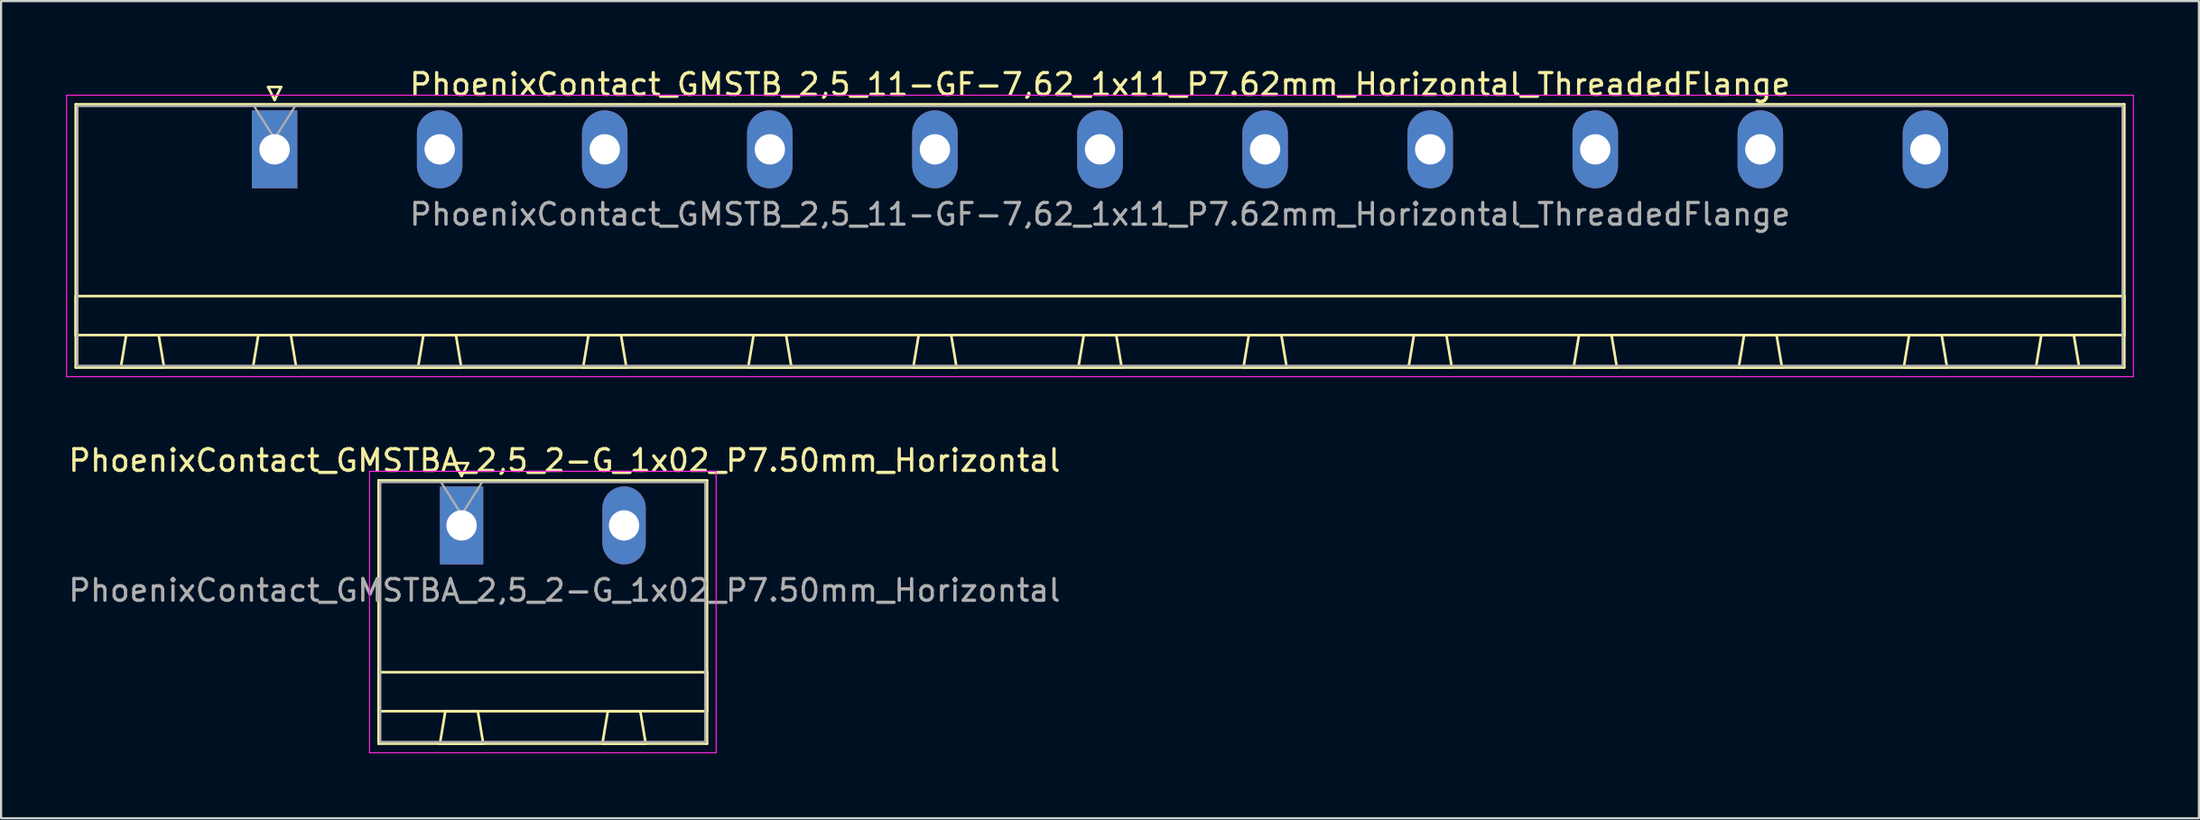
<source format=kicad_pcb>
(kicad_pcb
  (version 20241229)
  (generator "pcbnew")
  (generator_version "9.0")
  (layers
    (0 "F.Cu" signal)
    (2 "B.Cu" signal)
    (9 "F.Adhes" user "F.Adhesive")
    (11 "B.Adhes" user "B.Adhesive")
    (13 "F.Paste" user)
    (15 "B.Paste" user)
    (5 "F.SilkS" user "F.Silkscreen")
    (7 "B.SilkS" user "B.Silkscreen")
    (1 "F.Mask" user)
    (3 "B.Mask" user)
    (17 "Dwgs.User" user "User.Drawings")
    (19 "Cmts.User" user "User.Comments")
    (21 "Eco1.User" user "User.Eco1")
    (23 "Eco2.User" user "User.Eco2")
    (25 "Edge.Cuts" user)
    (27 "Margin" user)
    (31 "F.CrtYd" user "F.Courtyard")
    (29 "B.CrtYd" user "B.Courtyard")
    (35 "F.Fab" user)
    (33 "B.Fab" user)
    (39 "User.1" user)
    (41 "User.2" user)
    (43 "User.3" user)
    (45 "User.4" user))
  (footprint "PhoenixContact_GMSTBA_2,5_2-G_1x02_P7.50mm_Horizontal"
    (layer "F.Cu")
    (at 18.256 21.221)
    (property "Reference" "PhoenixContact_GMSTBA_2,5_2-G_1x02_P7.50mm_Horizontal" (at 4.75 -3 0) (layer "F.SilkS") (effects (font (size 1 1) (thickness 0.15))))
    (attr through_hole)
    (fp_line (start -3.83 -2.08) (end -3.83 10.08) (stroke (width 0.12) (type solid)) (layer "F.SilkS"))
    (fp_line (start -3.83 6.78) (end 11.33 6.78) (stroke (width 0.12) (type solid)) (layer "F.SilkS"))
    (fp_line (start -3.83 8.58) (end -3.83 6.78) (stroke (width 0.12) (type solid)) (layer "F.SilkS"))
    (fp_line (start -3.83 10.08) (end 11.33 10.08) (stroke (width 0.12) (type solid)) (layer "F.SilkS"))
    (fp_line (start -1 10.08) (end 1 10.08) (stroke (width 0.12) (type solid)) (layer "F.SilkS"))
    (fp_line (start -0.75 8.58) (end -1 10.08) (stroke (width 0.12) (type solid)) (layer "F.SilkS"))
    (fp_line (start -0.3 -2.88) (end 0.3 -2.88) (stroke (width 0.12) (type solid)) (layer "F.SilkS"))
    (fp_line (start 0 -2.28) (end -0.3 -2.88) (stroke (width 0.12) (type solid)) (layer "F.SilkS"))
    (fp_line (start 0.3 -2.88) (end 0 -2.28) (stroke (width 0.12) (type solid)) (layer "F.SilkS"))
    (fp_line (start 0.75 8.58) (end -0.75 8.58) (stroke (width 0.12) (type solid)) (layer "F.SilkS"))
    (fp_line (start 1 10.08) (end 0.75 8.58) (stroke (width 0.12) (type solid)) (layer "F.SilkS"))
    (fp_line (start 6.5 10.08) (end 8.5 10.08) (stroke (width 0.12) (type solid)) (layer "F.SilkS"))
    (fp_line (start 6.75 8.58) (end 6.5 10.08) (stroke (width 0.12) (type solid)) (layer "F.SilkS"))
    (fp_line (start 8.25 8.58) (end 6.75 8.58) (stroke (width 0.12) (type solid)) (layer "F.SilkS"))
    (fp_line (start 8.5 10.08) (end 8.25 8.58) (stroke (width 0.12) (type solid)) (layer "F.SilkS"))
    (fp_line (start 11.33 -2.08) (end -3.83 -2.08) (stroke (width 0.12) (type solid)) (layer "F.SilkS"))
    (fp_line (start 11.33 6.78) (end 11.33 8.58) (stroke (width 0.12) (type solid)) (layer "F.SilkS"))
    (fp_line (start 11.33 8.58) (end -3.83 8.58) (stroke (width 0.12) (type solid)) (layer "F.SilkS"))
    (fp_line (start 11.33 10.08) (end 11.33 -2.08) (stroke (width 0.12) (type solid)) (layer "F.SilkS"))
    (fp_line (start -4.25 -2.5) (end -4.25 10.5) (stroke (width 0.05) (type solid)) (layer "F.CrtYd"))
    (fp_line (start -4.25 10.5) (end 11.75 10.5) (stroke (width 0.05) (type solid)) (layer "F.CrtYd"))
    (fp_line (start 11.75 -2.5) (end -4.25 -2.5) (stroke (width 0.05) (type solid)) (layer "F.CrtYd"))
    (fp_line (start 11.75 10.5) (end 11.75 -2.5) (stroke (width 0.05) (type solid)) (layer "F.CrtYd"))
    (fp_line (start -3.75 -2) (end -3.75 10) (stroke (width 0.1) (type solid)) (layer "F.Fab"))
    (fp_line (start -3.75 10) (end 11.25 10) (stroke (width 0.1) (type solid)) (layer "F.Fab"))
    (fp_line (start 0 -0.5) (end -0.95 -2) (stroke (width 0.1) (type solid)) (layer "F.Fab"))
    (fp_line (start 0.95 -2) (end 0 -0.5) (stroke (width 0.1) (type solid)) (layer "F.Fab"))
    (fp_line (start 11.25 -2) (end -3.75 -2) (stroke (width 0.1) (type solid)) (layer "F.Fab"))
    (fp_line (start 11.25 10) (end 11.25 -2) (stroke (width 0.1) (type solid)) (layer "F.Fab"))
    (fp_text user "${REFERENCE}" (at 4.75 3 0) (layer "F.Fab") (effects (font (size 1 1) (thickness 0.15))))
    (pad "1" thru_hole rect (at 0 0) (size 2 3.6) (drill 1.4) (layers "*.Cu" "*.Mask"))
    (pad "2" thru_hole oval (at 7.5 0) (size 2 3.6) (drill 1.4) (layers "*.Cu" "*.Mask")))
  (footprint "PhoenixContact_GMSTB_2,5_11-GF-7,62_1x11_P7.62mm_Horizontal_ThreadedFlange"
    (layer "F.Cu")
    (at 9.625 3.848)
    (property "Reference" "PhoenixContact_GMSTB_2,5_11-GF-7,62_1x11_P7.62mm_Horizontal_ThreadedFlange" (at 38.1 -3 0) (layer "F.SilkS") (effects (font (size 1 1) (thickness 0.15))))
    (attr through_hole)
    (fp_line (start -9.18 -2.08) (end -9.18 10.08) (stroke (width 0.12) (type solid)) (layer "F.SilkS"))
    (fp_line (start -9.18 6.78) (end 85.38 6.78) (stroke (width 0.12) (type solid)) (layer "F.SilkS"))
    (fp_line (start -9.18 8.58) (end -9.18 6.78) (stroke (width 0.12) (type solid)) (layer "F.SilkS"))
    (fp_line (start -9.18 10.08) (end 85.38 10.08) (stroke (width 0.12) (type solid)) (layer "F.SilkS"))
    (fp_line (start -7.1 10.08) (end -5.1 10.08) (stroke (width 0.12) (type solid)) (layer "F.SilkS"))
    (fp_line (start -6.85 8.58) (end -7.1 10.08) (stroke (width 0.12) (type solid)) (layer "F.SilkS"))
    (fp_line (start -5.35 8.58) (end -6.85 8.58) (stroke (width 0.12) (type solid)) (layer "F.SilkS"))
    (fp_line (start -5.1 10.08) (end -5.35 8.58) (stroke (width 0.12) (type solid)) (layer "F.SilkS"))
    (fp_line (start -1 10.08) (end 1 10.08) (stroke (width 0.12) (type solid)) (layer "F.SilkS"))
    (fp_line (start -0.75 8.58) (end -1 10.08) (stroke (width 0.12) (type solid)) (layer "F.SilkS"))
    (fp_line (start -0.3 -2.88) (end 0.3 -2.88) (stroke (width 0.12) (type solid)) (layer "F.SilkS"))
    (fp_line (start 0 -2.28) (end -0.3 -2.88) (stroke (width 0.12) (type solid)) (layer "F.SilkS"))
    (fp_line (start 0.3 -2.88) (end 0 -2.28) (stroke (width 0.12) (type solid)) (layer "F.SilkS"))
    (fp_line (start 0.75 8.58) (end -0.75 8.58) (stroke (width 0.12) (type solid)) (layer "F.SilkS"))
    (fp_line (start 1 10.08) (end 0.75 8.58) (stroke (width 0.12) (type solid)) (layer "F.SilkS"))
    (fp_line (start 6.62 10.08) (end 8.62 10.08) (stroke (width 0.12) (type solid)) (layer "F.SilkS"))
    (fp_line (start 6.87 8.58) (end 6.62 10.08) (stroke (width 0.12) (type solid)) (layer "F.SilkS"))
    (fp_line (start 8.37 8.58) (end 6.87 8.58) (stroke (width 0.12) (type solid)) (layer "F.SilkS"))
    (fp_line (start 8.62 10.08) (end 8.37 8.58) (stroke (width 0.12) (type solid)) (layer "F.SilkS"))
    (fp_line (start 14.24 10.08) (end 16.24 10.08) (stroke (width 0.12) (type solid)) (layer "F.SilkS"))
    (fp_line (start 14.49 8.58) (end 14.24 10.08) (stroke (width 0.12) (type solid)) (layer "F.SilkS"))
    (fp_line (start 15.99 8.58) (end 14.49 8.58) (stroke (width 0.12) (type solid)) (layer "F.SilkS"))
    (fp_line (start 16.24 10.08) (end 15.99 8.58) (stroke (width 0.12) (type solid)) (layer "F.SilkS"))
    (fp_line (start 21.86 10.08) (end 23.86 10.08) (stroke (width 0.12) (type solid)) (layer "F.SilkS"))
    (fp_line (start 22.11 8.58) (end 21.86 10.08) (stroke (width 0.12) (type solid)) (layer "F.SilkS"))
    (fp_line (start 23.61 8.58) (end 22.11 8.58) (stroke (width 0.12) (type solid)) (layer "F.SilkS"))
    (fp_line (start 23.86 10.08) (end 23.61 8.58) (stroke (width 0.12) (type solid)) (layer "F.SilkS"))
    (fp_line (start 29.48 10.08) (end 31.48 10.08) (stroke (width 0.12) (type solid)) (layer "F.SilkS"))
    (fp_line (start 29.73 8.58) (end 29.48 10.08) (stroke (width 0.12) (type solid)) (layer "F.SilkS"))
    (fp_line (start 31.23 8.58) (end 29.73 8.58) (stroke (width 0.12) (type solid)) (layer "F.SilkS"))
    (fp_line (start 31.48 10.08) (end 31.23 8.58) (stroke (width 0.12) (type solid)) (layer "F.SilkS"))
    (fp_line (start 37.1 10.08) (end 39.1 10.08) (stroke (width 0.12) (type solid)) (layer "F.SilkS"))
    (fp_line (start 37.35 8.58) (end 37.1 10.08) (stroke (width 0.12) (type solid)) (layer "F.SilkS"))
    (fp_line (start 38.85 8.58) (end 37.35 8.58) (stroke (width 0.12) (type solid)) (layer "F.SilkS"))
    (fp_line (start 39.1 10.08) (end 38.85 8.58) (stroke (width 0.12) (type solid)) (layer "F.SilkS"))
    (fp_line (start 44.72 10.08) (end 46.72 10.08) (stroke (width 0.12) (type solid)) (layer "F.SilkS"))
    (fp_line (start 44.97 8.58) (end 44.72 10.08) (stroke (width 0.12) (type solid)) (layer "F.SilkS"))
    (fp_line (start 46.47 8.58) (end 44.97 8.58) (stroke (width 0.12) (type solid)) (layer "F.SilkS"))
    (fp_line (start 46.72 10.08) (end 46.47 8.58) (stroke (width 0.12) (type solid)) (layer "F.SilkS"))
    (fp_line (start 52.34 10.08) (end 54.34 10.08) (stroke (width 0.12) (type solid)) (layer "F.SilkS"))
    (fp_line (start 52.59 8.58) (end 52.34 10.08) (stroke (width 0.12) (type solid)) (layer "F.SilkS"))
    (fp_line (start 54.09 8.58) (end 52.59 8.58) (stroke (width 0.12) (type solid)) (layer "F.SilkS"))
    (fp_line (start 54.34 10.08) (end 54.09 8.58) (stroke (width 0.12) (type solid)) (layer "F.SilkS"))
    (fp_line (start 59.96 10.08) (end 61.96 10.08) (stroke (width 0.12) (type solid)) (layer "F.SilkS"))
    (fp_line (start 60.21 8.58) (end 59.96 10.08) (stroke (width 0.12) (type solid)) (layer "F.SilkS"))
    (fp_line (start 61.71 8.58) (end 60.21 8.58) (stroke (width 0.12) (type solid)) (layer "F.SilkS"))
    (fp_line (start 61.96 10.08) (end 61.71 8.58) (stroke (width 0.12) (type solid)) (layer "F.SilkS"))
    (fp_line (start 67.58 10.08) (end 69.58 10.08) (stroke (width 0.12) (type solid)) (layer "F.SilkS"))
    (fp_line (start 67.83 8.58) (end 67.58 10.08) (stroke (width 0.12) (type solid)) (layer "F.SilkS"))
    (fp_line (start 69.33 8.58) (end 67.83 8.58) (stroke (width 0.12) (type solid)) (layer "F.SilkS"))
    (fp_line (start 69.58 10.08) (end 69.33 8.58) (stroke (width 0.12) (type solid)) (layer "F.SilkS"))
    (fp_line (start 75.2 10.08) (end 77.2 10.08) (stroke (width 0.12) (type solid)) (layer "F.SilkS"))
    (fp_line (start 75.45 8.58) (end 75.2 10.08) (stroke (width 0.12) (type solid)) (layer "F.SilkS"))
    (fp_line (start 76.95 8.58) (end 75.45 8.58) (stroke (width 0.12) (type solid)) (layer "F.SilkS"))
    (fp_line (start 77.2 10.08) (end 76.95 8.58) (stroke (width 0.12) (type solid)) (layer "F.SilkS"))
    (fp_line (start 81.3 10.08) (end 83.3 10.08) (stroke (width 0.12) (type solid)) (layer "F.SilkS"))
    (fp_line (start 81.55 8.58) (end 81.3 10.08) (stroke (width 0.12) (type solid)) (layer "F.SilkS"))
    (fp_line (start 83.05 8.58) (end 81.55 8.58) (stroke (width 0.12) (type solid)) (layer "F.SilkS"))
    (fp_line (start 83.3 10.08) (end 83.05 8.58) (stroke (width 0.12) (type solid)) (layer "F.SilkS"))
    (fp_line (start 85.38 -2.08) (end -9.18 -2.08) (stroke (width 0.12) (type solid)) (layer "F.SilkS"))
    (fp_line (start 85.38 6.78) (end 85.38 8.58) (stroke (width 0.12) (type solid)) (layer "F.SilkS"))
    (fp_line (start 85.38 8.58) (end -9.18 8.58) (stroke (width 0.12) (type solid)) (layer "F.SilkS"))
    (fp_line (start 85.38 10.08) (end 85.38 -2.08) (stroke (width 0.12) (type solid)) (layer "F.SilkS"))
    (fp_line (start -9.6 -2.5) (end -9.6 10.5) (stroke (width 0.05) (type solid)) (layer "F.CrtYd"))
    (fp_line (start -9.6 10.5) (end 85.8 10.5) (stroke (width 0.05) (type solid)) (layer "F.CrtYd"))
    (fp_line (start 85.8 -2.5) (end -9.6 -2.5) (stroke (width 0.05) (type solid)) (layer "F.CrtYd"))
    (fp_line (start 85.8 10.5) (end 85.8 -2.5) (stroke (width 0.05) (type solid)) (layer "F.CrtYd"))
    (fp_line (start -9.1 -2) (end -9.1 10) (stroke (width 0.1) (type solid)) (layer "F.Fab"))
    (fp_line (start -9.1 10) (end 85.3 10) (stroke (width 0.1) (type solid)) (layer "F.Fab"))
    (fp_line (start 0 -0.5) (end -0.95 -2) (stroke (width 0.1) (type solid)) (layer "F.Fab"))
    (fp_line (start 0.95 -2) (end 0 -0.5) (stroke (width 0.1) (type solid)) (layer "F.Fab"))
    (fp_line (start 85.3 -2) (end -9.1 -2) (stroke (width 0.1) (type solid)) (layer "F.Fab"))
    (fp_line (start 85.3 10) (end 85.3 -2) (stroke (width 0.1) (type solid)) (layer "F.Fab"))
    (fp_text user "${REFERENCE}" (at 38.1 3 0) (layer "F.Fab") (effects (font (size 1 1) (thickness 0.15))))
    (pad "1" thru_hole rect (at 0 0) (size 2.1 3.6) (drill 1.4) (layers "*.Cu" "*.Mask"))
    (pad "2" thru_hole oval (at 7.62 0) (size 2.1 3.6) (drill 1.4) (layers "*.Cu" "*.Mask"))
    (pad "3" thru_hole oval (at 15.24 0) (size 2.1 3.6) (drill 1.4) (layers "*.Cu" "*.Mask"))
    (pad "4" thru_hole oval (at 22.86 0) (size 2.1 3.6) (drill 1.4) (layers "*.Cu" "*.Mask"))
    (pad "5" thru_hole oval (at 30.48 0) (size 2.1 3.6) (drill 1.4) (layers "*.Cu" "*.Mask"))
    (pad "6" thru_hole oval (at 38.1 0) (size 2.1 3.6) (drill 1.4) (layers "*.Cu" "*.Mask"))
    (pad "7" thru_hole oval (at 45.72 0) (size 2.1 3.6) (drill 1.4) (layers "*.Cu" "*.Mask"))
    (pad "8" thru_hole oval (at 53.34 0) (size 2.1 3.6) (drill 1.4) (layers "*.Cu" "*.Mask"))
    (pad "9" thru_hole oval (at 60.96 0) (size 2.1 3.6) (drill 1.4) (layers "*.Cu" "*.Mask"))
    (pad "10" thru_hole oval (at 68.58 0) (size 2.1 3.6) (drill 1.4) (layers "*.Cu" "*.Mask"))
    (pad "11" thru_hole oval (at 76.2 0) (size 2.1 3.6) (drill 1.4) (layers "*.Cu" "*.Mask")))
  (gr_rect
    (start -3 -3)
    (end 98.45 34.746)
    (stroke (width 0.1) (type default))
    (fill no)
    (layer "Edge.Cuts")))
</source>
